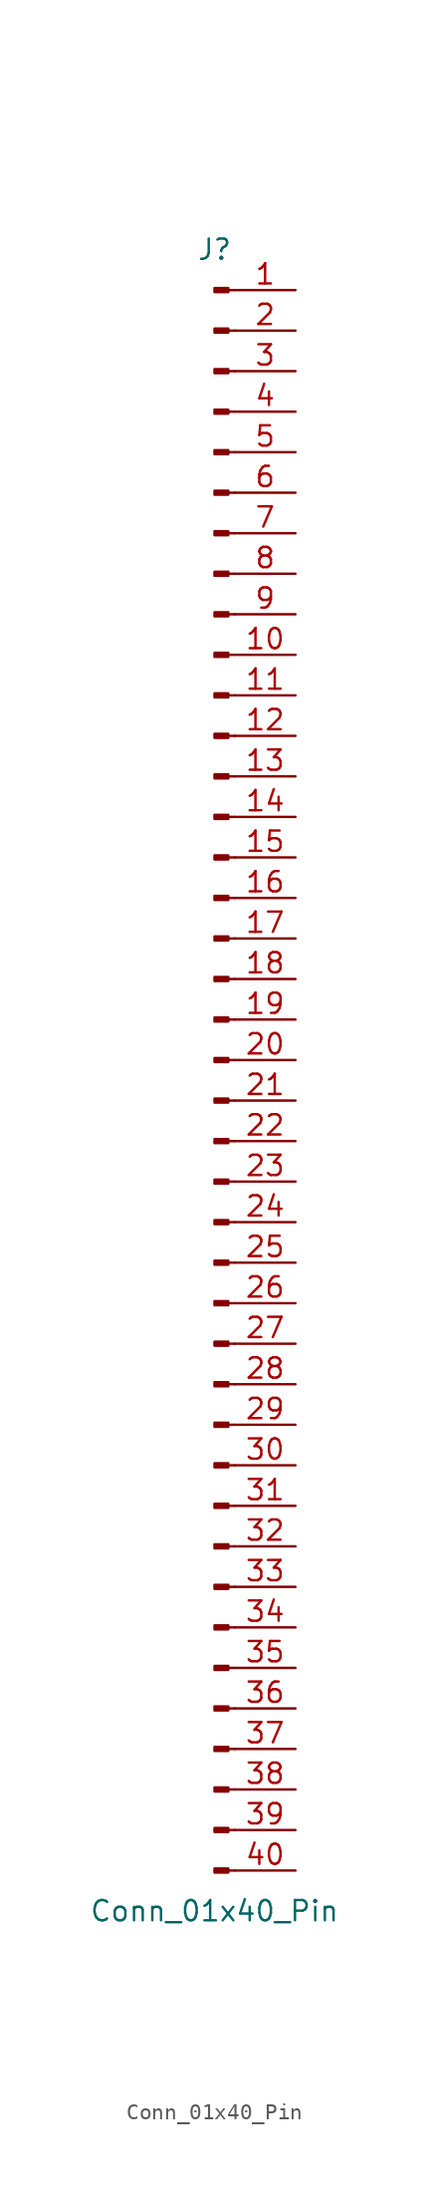
<source format=kicad_sym>
(kicad_symbol_lib
  (version 20220914)
  (generator kicad_symbol_editor)
  (symbol "Conn_01x40_Pin"
    (pin_names
      (offset 1.016) hide)
    (property "Reference" "J"
      (at 0 50.8 0)
      (effects (font (size 1.27 1.27))))
    (property "Value" "Conn_01x40_Pin"
      (at 0 -53.34 0)
      (effects (font (size 1.27 1.27))))
    (property "ki_locked" ""
      (at 0 0 0)
      (effects (font (size 1.27 1.27))))
    (symbol "Conn_01x40_Pin_1_1"
      (polyline (pts (xy 1.27 -50.8) (xy 0.864 -50.8)) (stroke (width 0.152) (type default)) (fill (type none)))
      (polyline (pts (xy 1.27 -48.26) (xy 0.864 -48.26)) (stroke (width 0.152) (type default)) (fill (type none)))
      (polyline (pts (xy 1.27 -45.72) (xy 0.864 -45.72)) (stroke (width 0.152) (type default)) (fill (type none)))
      (polyline (pts (xy 1.27 -43.18) (xy 0.864 -43.18)) (stroke (width 0.152) (type default)) (fill (type none)))
      (polyline (pts (xy 1.27 -40.64) (xy 0.864 -40.64)) (stroke (width 0.152) (type default)) (fill (type none)))
      (polyline (pts (xy 1.27 -38.1) (xy 0.864 -38.1)) (stroke (width 0.152) (type default)) (fill (type none)))
      (polyline (pts (xy 1.27 -35.56) (xy 0.864 -35.56)) (stroke (width 0.152) (type default)) (fill (type none)))
      (polyline (pts (xy 1.27 -33.02) (xy 0.864 -33.02)) (stroke (width 0.152) (type default)) (fill (type none)))
      (polyline (pts (xy 1.27 -30.48) (xy 0.864 -30.48)) (stroke (width 0.152) (type default)) (fill (type none)))
      (polyline (pts (xy 1.27 -27.94) (xy 0.864 -27.94)) (stroke (width 0.152) (type default)) (fill (type none)))
      (polyline (pts (xy 1.27 -25.4) (xy 0.864 -25.4)) (stroke (width 0.152) (type default)) (fill (type none)))
      (polyline (pts (xy 1.27 -22.86) (xy 0.864 -22.86)) (stroke (width 0.152) (type default)) (fill (type none)))
      (polyline (pts (xy 1.27 -20.32) (xy 0.864 -20.32)) (stroke (width 0.152) (type default)) (fill (type none)))
      (polyline (pts (xy 1.27 -17.78) (xy 0.864 -17.78)) (stroke (width 0.152) (type default)) (fill (type none)))
      (polyline (pts (xy 1.27 -15.24) (xy 0.864 -15.24)) (stroke (width 0.152) (type default)) (fill (type none)))
      (polyline (pts (xy 1.27 -12.7) (xy 0.864 -12.7)) (stroke (width 0.152) (type default)) (fill (type none)))
      (polyline (pts (xy 1.27 -10.16) (xy 0.864 -10.16)) (stroke (width 0.152) (type default)) (fill (type none)))
      (polyline (pts (xy 1.27 -7.62) (xy 0.864 -7.62)) (stroke (width 0.152) (type default)) (fill (type none)))
      (polyline (pts (xy 1.27 -5.08) (xy 0.864 -5.08)) (stroke (width 0.152) (type default)) (fill (type none)))
      (polyline (pts (xy 1.27 -2.54) (xy 0.864 -2.54)) (stroke (width 0.152) (type default)) (fill (type none)))
      (polyline (pts (xy 1.27 0) (xy 0.864 0)) (stroke (width 0.152) (type default)) (fill (type none)))
      (polyline (pts (xy 1.27 2.54) (xy 0.864 2.54)) (stroke (width 0.152) (type default)) (fill (type none)))
      (polyline (pts (xy 1.27 5.08) (xy 0.864 5.08)) (stroke (width 0.152) (type default)) (fill (type none)))
      (polyline (pts (xy 1.27 7.62) (xy 0.864 7.62)) (stroke (width 0.152) (type default)) (fill (type none)))
      (polyline (pts (xy 1.27 10.16) (xy 0.864 10.16)) (stroke (width 0.152) (type default)) (fill (type none)))
      (polyline (pts (xy 1.27 12.7) (xy 0.864 12.7)) (stroke (width 0.152) (type default)) (fill (type none)))
      (polyline (pts (xy 1.27 15.24) (xy 0.864 15.24)) (stroke (width 0.152) (type default)) (fill (type none)))
      (polyline (pts (xy 1.27 17.78) (xy 0.864 17.78)) (stroke (width 0.152) (type default)) (fill (type none)))
      (polyline (pts (xy 1.27 20.32) (xy 0.864 20.32)) (stroke (width 0.152) (type default)) (fill (type none)))
      (polyline (pts (xy 1.27 22.86) (xy 0.864 22.86)) (stroke (width 0.152) (type default)) (fill (type none)))
      (polyline (pts (xy 1.27 25.4) (xy 0.864 25.4)) (stroke (width 0.152) (type default)) (fill (type none)))
      (polyline (pts (xy 1.27 27.94) (xy 0.864 27.94)) (stroke (width 0.152) (type default)) (fill (type none)))
      (polyline (pts (xy 1.27 30.48) (xy 0.864 30.48)) (stroke (width 0.152) (type default)) (fill (type none)))
      (polyline (pts (xy 1.27 33.02) (xy 0.864 33.02)) (stroke (width 0.152) (type default)) (fill (type none)))
      (polyline (pts (xy 1.27 35.56) (xy 0.864 35.56)) (stroke (width 0.152) (type default)) (fill (type none)))
      (polyline (pts (xy 1.27 38.1) (xy 0.864 38.1)) (stroke (width 0.152) (type default)) (fill (type none)))
      (polyline (pts (xy 1.27 40.64) (xy 0.864 40.64)) (stroke (width 0.152) (type default)) (fill (type none)))
      (polyline (pts (xy 1.27 43.18) (xy 0.864 43.18)) (stroke (width 0.152) (type default)) (fill (type none)))
      (polyline (pts (xy 1.27 45.72) (xy 0.864 45.72)) (stroke (width 0.152) (type default)) (fill (type none)))
      (polyline (pts (xy 1.27 48.26) (xy 0.864 48.26)) (stroke (width 0.152) (type default)) (fill (type none)))
      (rectangle (start 0.864 -50.673) (end 0 -50.927) (stroke (width 0.152) (type default)) (fill (type outline)))
      (rectangle (start 0.864 -48.133) (end 0 -48.387) (stroke (width 0.152) (type default)) (fill (type outline)))
      (rectangle (start 0.864 -45.593) (end 0 -45.847) (stroke (width 0.152) (type default)) (fill (type outline)))
      (rectangle (start 0.864 -43.053) (end 0 -43.307) (stroke (width 0.152) (type default)) (fill (type outline)))
      (rectangle (start 0.864 -40.513) (end 0 -40.767) (stroke (width 0.152) (type default)) (fill (type outline)))
      (rectangle (start 0.864 -37.973) (end 0 -38.227) (stroke (width 0.152) (type default)) (fill (type outline)))
      (rectangle (start 0.864 -35.433) (end 0 -35.687) (stroke (width 0.152) (type default)) (fill (type outline)))
      (rectangle (start 0.864 -32.893) (end 0 -33.147) (stroke (width 0.152) (type default)) (fill (type outline)))
      (rectangle (start 0.864 -30.353) (end 0 -30.607) (stroke (width 0.152) (type default)) (fill (type outline)))
      (rectangle (start 0.864 -27.813) (end 0 -28.067) (stroke (width 0.152) (type default)) (fill (type outline)))
      (rectangle (start 0.864 -25.273) (end 0 -25.527) (stroke (width 0.152) (type default)) (fill (type outline)))
      (rectangle (start 0.864 -22.733) (end 0 -22.987) (stroke (width 0.152) (type default)) (fill (type outline)))
      (rectangle (start 0.864 -20.193) (end 0 -20.447) (stroke (width 0.152) (type default)) (fill (type outline)))
      (rectangle (start 0.864 -17.653) (end 0 -17.907) (stroke (width 0.152) (type default)) (fill (type outline)))
      (rectangle (start 0.864 -15.113) (end 0 -15.367) (stroke (width 0.152) (type default)) (fill (type outline)))
      (rectangle (start 0.864 -12.573) (end 0 -12.827) (stroke (width 0.152) (type default)) (fill (type outline)))
      (rectangle (start 0.864 -10.033) (end 0 -10.287) (stroke (width 0.152) (type default)) (fill (type outline)))
      (rectangle (start 0.864 -7.493) (end 0 -7.747) (stroke (width 0.152) (type default)) (fill (type outline)))
      (rectangle (start 0.864 -4.953) (end 0 -5.207) (stroke (width 0.152) (type default)) (fill (type outline)))
      (rectangle (start 0.864 -2.413) (end 0 -2.667) (stroke (width 0.152) (type default)) (fill (type outline)))
      (rectangle (start 0.864 0.127) (end 0 -0.127) (stroke (width 0.152) (type default)) (fill (type outline)))
      (rectangle (start 0.864 2.667) (end 0 2.413) (stroke (width 0.152) (type default)) (fill (type outline)))
      (rectangle (start 0.864 5.207) (end 0 4.953) (stroke (width 0.152) (type default)) (fill (type outline)))
      (rectangle (start 0.864 7.747) (end 0 7.493) (stroke (width 0.152) (type default)) (fill (type outline)))
      (rectangle (start 0.864 10.287) (end 0 10.033) (stroke (width 0.152) (type default)) (fill (type outline)))
      (rectangle (start 0.864 12.827) (end 0 12.573) (stroke (width 0.152) (type default)) (fill (type outline)))
      (rectangle (start 0.864 15.367) (end 0 15.113) (stroke (width 0.152) (type default)) (fill (type outline)))
      (rectangle (start 0.864 17.907) (end 0 17.653) (stroke (width 0.152) (type default)) (fill (type outline)))
      (rectangle (start 0.864 20.447) (end 0 20.193) (stroke (width 0.152) (type default)) (fill (type outline)))
      (rectangle (start 0.864 22.987) (end 0 22.733) (stroke (width 0.152) (type default)) (fill (type outline)))
      (rectangle (start 0.864 25.527) (end 0 25.273) (stroke (width 0.152) (type default)) (fill (type outline)))
      (rectangle (start 0.864 28.067) (end 0 27.813) (stroke (width 0.152) (type default)) (fill (type outline)))
      (rectangle (start 0.864 30.607) (end 0 30.353) (stroke (width 0.152) (type default)) (fill (type outline)))
      (rectangle (start 0.864 33.147) (end 0 32.893) (stroke (width 0.152) (type default)) (fill (type outline)))
      (rectangle (start 0.864 35.687) (end 0 35.433) (stroke (width 0.152) (type default)) (fill (type outline)))
      (rectangle (start 0.864 38.227) (end 0 37.973) (stroke (width 0.152) (type default)) (fill (type outline)))
      (rectangle (start 0.864 40.767) (end 0 40.513) (stroke (width 0.152) (type default)) (fill (type outline)))
      (rectangle (start 0.864 43.307) (end 0 43.053) (stroke (width 0.152) (type default)) (fill (type outline)))
      (rectangle (start 0.864 45.847) (end 0 45.593) (stroke (width 0.152) (type default)) (fill (type outline)))
      (rectangle (start 0.864 48.387) (end 0 48.133) (stroke (width 0.152) (type default)) (fill (type outline)))
      (pin passive line (at 5.08 48.26 180) (length 3.81) (name "Pin_1" (effects (font (size 1.27 1.27)))) (number "1" (effects (font (size 1.27 1.27)))))
      (pin passive line (at 5.08 25.4 180) (length 3.81) (name "Pin_10" (effects (font (size 1.27 1.27)))) (number "10" (effects (font (size 1.27 1.27)))))
      (pin passive line (at 5.08 22.86 180) (length 3.81) (name "Pin_11" (effects (font (size 1.27 1.27)))) (number "11" (effects (font (size 1.27 1.27)))))
      (pin passive line (at 5.08 20.32 180) (length 3.81) (name "Pin_12" (effects (font (size 1.27 1.27)))) (number "12" (effects (font (size 1.27 1.27)))))
      (pin passive line (at 5.08 17.78 180) (length 3.81) (name "Pin_13" (effects (font (size 1.27 1.27)))) (number "13" (effects (font (size 1.27 1.27)))))
      (pin passive line (at 5.08 15.24 180) (length 3.81) (name "Pin_14" (effects (font (size 1.27 1.27)))) (number "14" (effects (font (size 1.27 1.27)))))
      (pin passive line (at 5.08 12.7 180) (length 3.81) (name "Pin_15" (effects (font (size 1.27 1.27)))) (number "15" (effects (font (size 1.27 1.27)))))
      (pin passive line (at 5.08 10.16 180) (length 3.81) (name "Pin_16" (effects (font (size 1.27 1.27)))) (number "16" (effects (font (size 1.27 1.27)))))
      (pin passive line (at 5.08 7.62 180) (length 3.81) (name "Pin_17" (effects (font (size 1.27 1.27)))) (number "17" (effects (font (size 1.27 1.27)))))
      (pin passive line (at 5.08 5.08 180) (length 3.81) (name "Pin_18" (effects (font (size 1.27 1.27)))) (number "18" (effects (font (size 1.27 1.27)))))
      (pin passive line (at 5.08 2.54 180) (length 3.81) (name "Pin_19" (effects (font (size 1.27 1.27)))) (number "19" (effects (font (size 1.27 1.27)))))
      (pin passive line (at 5.08 45.72 180) (length 3.81) (name "Pin_2" (effects (font (size 1.27 1.27)))) (number "2" (effects (font (size 1.27 1.27)))))
      (pin passive line (at 5.08 0 180) (length 3.81) (name "Pin_20" (effects (font (size 1.27 1.27)))) (number "20" (effects (font (size 1.27 1.27)))))
      (pin passive line (at 5.08 -2.54 180) (length 3.81) (name "Pin_21" (effects (font (size 1.27 1.27)))) (number "21" (effects (font (size 1.27 1.27)))))
      (pin passive line (at 5.08 -5.08 180) (length 3.81) (name "Pin_22" (effects (font (size 1.27 1.27)))) (number "22" (effects (font (size 1.27 1.27)))))
      (pin passive line (at 5.08 -7.62 180) (length 3.81) (name "Pin_23" (effects (font (size 1.27 1.27)))) (number "23" (effects (font (size 1.27 1.27)))))
      (pin passive line (at 5.08 -10.16 180) (length 3.81) (name "Pin_24" (effects (font (size 1.27 1.27)))) (number "24" (effects (font (size 1.27 1.27)))))
      (pin passive line (at 5.08 -12.7 180) (length 3.81) (name "Pin_25" (effects (font (size 1.27 1.27)))) (number "25" (effects (font (size 1.27 1.27)))))
      (pin passive line (at 5.08 -15.24 180) (length 3.81) (name "Pin_26" (effects (font (size 1.27 1.27)))) (number "26" (effects (font (size 1.27 1.27)))))
      (pin passive line (at 5.08 -17.78 180) (length 3.81) (name "Pin_27" (effects (font (size 1.27 1.27)))) (number "27" (effects (font (size 1.27 1.27)))))
      (pin passive line (at 5.08 -20.32 180) (length 3.81) (name "Pin_28" (effects (font (size 1.27 1.27)))) (number "28" (effects (font (size 1.27 1.27)))))
      (pin passive line (at 5.08 -22.86 180) (length 3.81) (name "Pin_29" (effects (font (size 1.27 1.27)))) (number "29" (effects (font (size 1.27 1.27)))))
      (pin passive line (at 5.08 43.18 180) (length 3.81) (name "Pin_3" (effects (font (size 1.27 1.27)))) (number "3" (effects (font (size 1.27 1.27)))))
      (pin passive line (at 5.08 -25.4 180) (length 3.81) (name "Pin_30" (effects (font (size 1.27 1.27)))) (number "30" (effects (font (size 1.27 1.27)))))
      (pin passive line (at 5.08 -27.94 180) (length 3.81) (name "Pin_31" (effects (font (size 1.27 1.27)))) (number "31" (effects (font (size 1.27 1.27)))))
      (pin passive line (at 5.08 -30.48 180) (length 3.81) (name "Pin_32" (effects (font (size 1.27 1.27)))) (number "32" (effects (font (size 1.27 1.27)))))
      (pin passive line (at 5.08 -33.02 180) (length 3.81) (name "Pin_33" (effects (font (size 1.27 1.27)))) (number "33" (effects (font (size 1.27 1.27)))))
      (pin passive line (at 5.08 -35.56 180) (length 3.81) (name "Pin_34" (effects (font (size 1.27 1.27)))) (number "34" (effects (font (size 1.27 1.27)))))
      (pin passive line (at 5.08 -38.1 180) (length 3.81) (name "Pin_35" (effects (font (size 1.27 1.27)))) (number "35" (effects (font (size 1.27 1.27)))))
      (pin passive line (at 5.08 -40.64 180) (length 3.81) (name "Pin_36" (effects (font (size 1.27 1.27)))) (number "36" (effects (font (size 1.27 1.27)))))
      (pin passive line (at 5.08 -43.18 180) (length 3.81) (name "Pin_37" (effects (font (size 1.27 1.27)))) (number "37" (effects (font (size 1.27 1.27)))))
      (pin passive line (at 5.08 -45.72 180) (length 3.81) (name "Pin_38" (effects (font (size 1.27 1.27)))) (number "38" (effects (font (size 1.27 1.27)))))
      (pin passive line (at 5.08 -48.26 180) (length 3.81) (name "Pin_39" (effects (font (size 1.27 1.27)))) (number "39" (effects (font (size 1.27 1.27)))))
      (pin passive line (at 5.08 40.64 180) (length 3.81) (name "Pin_4" (effects (font (size 1.27 1.27)))) (number "4" (effects (font (size 1.27 1.27)))))
      (pin passive line (at 5.08 -50.8 180) (length 3.81) (name "Pin_40" (effects (font (size 1.27 1.27)))) (number "40" (effects (font (size 1.27 1.27)))))
      (pin passive line (at 5.08 38.1 180) (length 3.81) (name "Pin_5" (effects (font (size 1.27 1.27)))) (number "5" (effects (font (size 1.27 1.27)))))
      (pin passive line (at 5.08 35.56 180) (length 3.81) (name "Pin_6" (effects (font (size 1.27 1.27)))) (number "6" (effects (font (size 1.27 1.27)))))
      (pin passive line (at 5.08 33.02 180) (length 3.81) (name "Pin_7" (effects (font (size 1.27 1.27)))) (number "7" (effects (font (size 1.27 1.27)))))
      (pin passive line (at 5.08 30.48 180) (length 3.81) (name "Pin_8" (effects (font (size 1.27 1.27)))) (number "8" (effects (font (size 1.27 1.27)))))
      (pin passive line (at 5.08 27.94 180) (length 3.81) (name "Pin_9" (effects (font (size 1.27 1.27)))) (number "9" (effects (font (size 1.27 1.27))))))))
</source>
